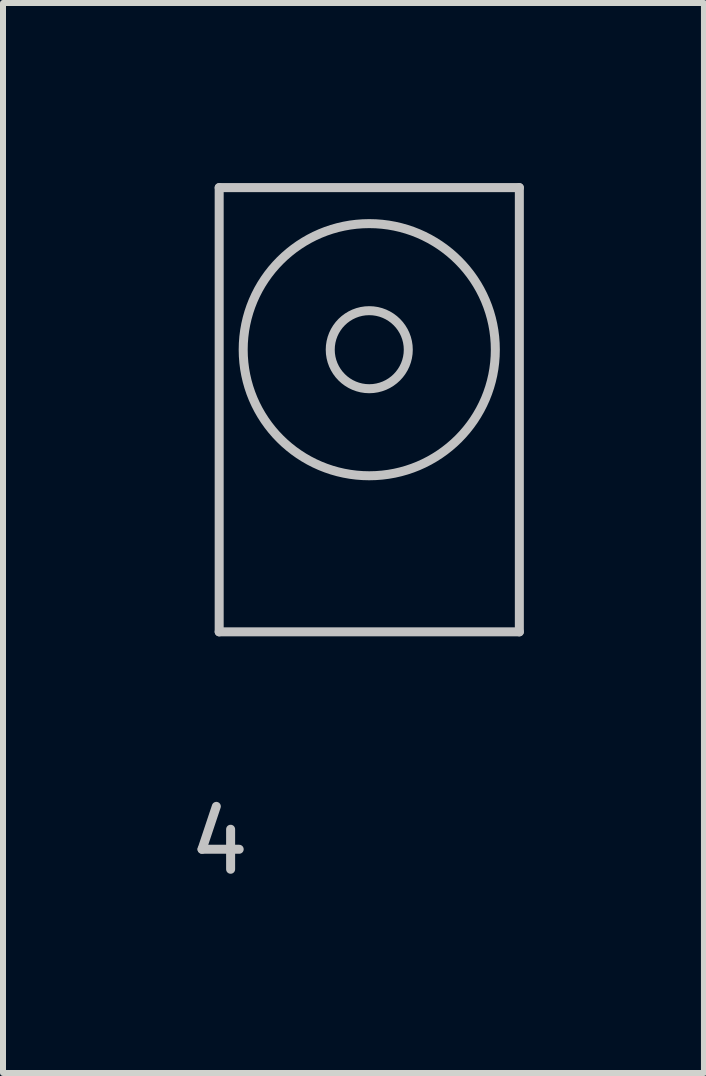
<source format=kicad_pcb>
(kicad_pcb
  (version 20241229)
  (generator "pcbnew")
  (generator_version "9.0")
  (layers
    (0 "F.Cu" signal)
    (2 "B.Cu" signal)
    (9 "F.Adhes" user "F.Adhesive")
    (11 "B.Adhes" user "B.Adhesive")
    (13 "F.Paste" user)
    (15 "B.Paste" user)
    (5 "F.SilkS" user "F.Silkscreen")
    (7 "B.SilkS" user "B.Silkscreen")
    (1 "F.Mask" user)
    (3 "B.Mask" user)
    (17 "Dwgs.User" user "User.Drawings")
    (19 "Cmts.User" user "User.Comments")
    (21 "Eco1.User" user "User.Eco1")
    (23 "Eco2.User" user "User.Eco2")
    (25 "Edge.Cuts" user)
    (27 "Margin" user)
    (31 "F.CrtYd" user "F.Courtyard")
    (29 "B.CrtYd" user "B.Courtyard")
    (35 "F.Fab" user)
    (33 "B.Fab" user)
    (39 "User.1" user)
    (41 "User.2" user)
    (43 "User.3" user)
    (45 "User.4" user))
  (footprint "4"
    (layer "F.Cu")
    (at 0.601 7.475)
    (property "Reference" "4" (at 0 3.5 0) (layer "Dwgs.User") (effects (font (size 1 1) (thickness 0.15))))
    (attr through_hole)
    (fp_line (start 0 -7.4) (end 0 0) (stroke (width 0.15) (type solid)) (layer "Dwgs.User"))
    (fp_line (start 0 0) (end 5 0) (stroke (width 0.15) (type solid)) (layer "Dwgs.User"))
    (fp_line (start 5 -7.4) (end 0 -7.4) (stroke (width 0.15) (type solid)) (layer "Dwgs.User"))
    (fp_line (start 5 0) (end 5 -7.4) (stroke (width 0.15) (type solid)) (layer "Dwgs.User"))
    (fp_circle (center 2.5 -4.7) (end 3.15 -4.7) (stroke (width 0.15) (type solid)) (fill no) (layer "Dwgs.User"))
    (fp_circle (center 2.5 -4.7) (end 4.6 -4.7) (stroke (width 0.15) (type solid)) (fill no) (layer "Dwgs.User")))
  (gr_rect
    (start -3 -3)
    (end 8.676 14.823)
    (stroke (width 0.1) (type default))
    (fill no)
    (layer "Edge.Cuts")))
</source>
